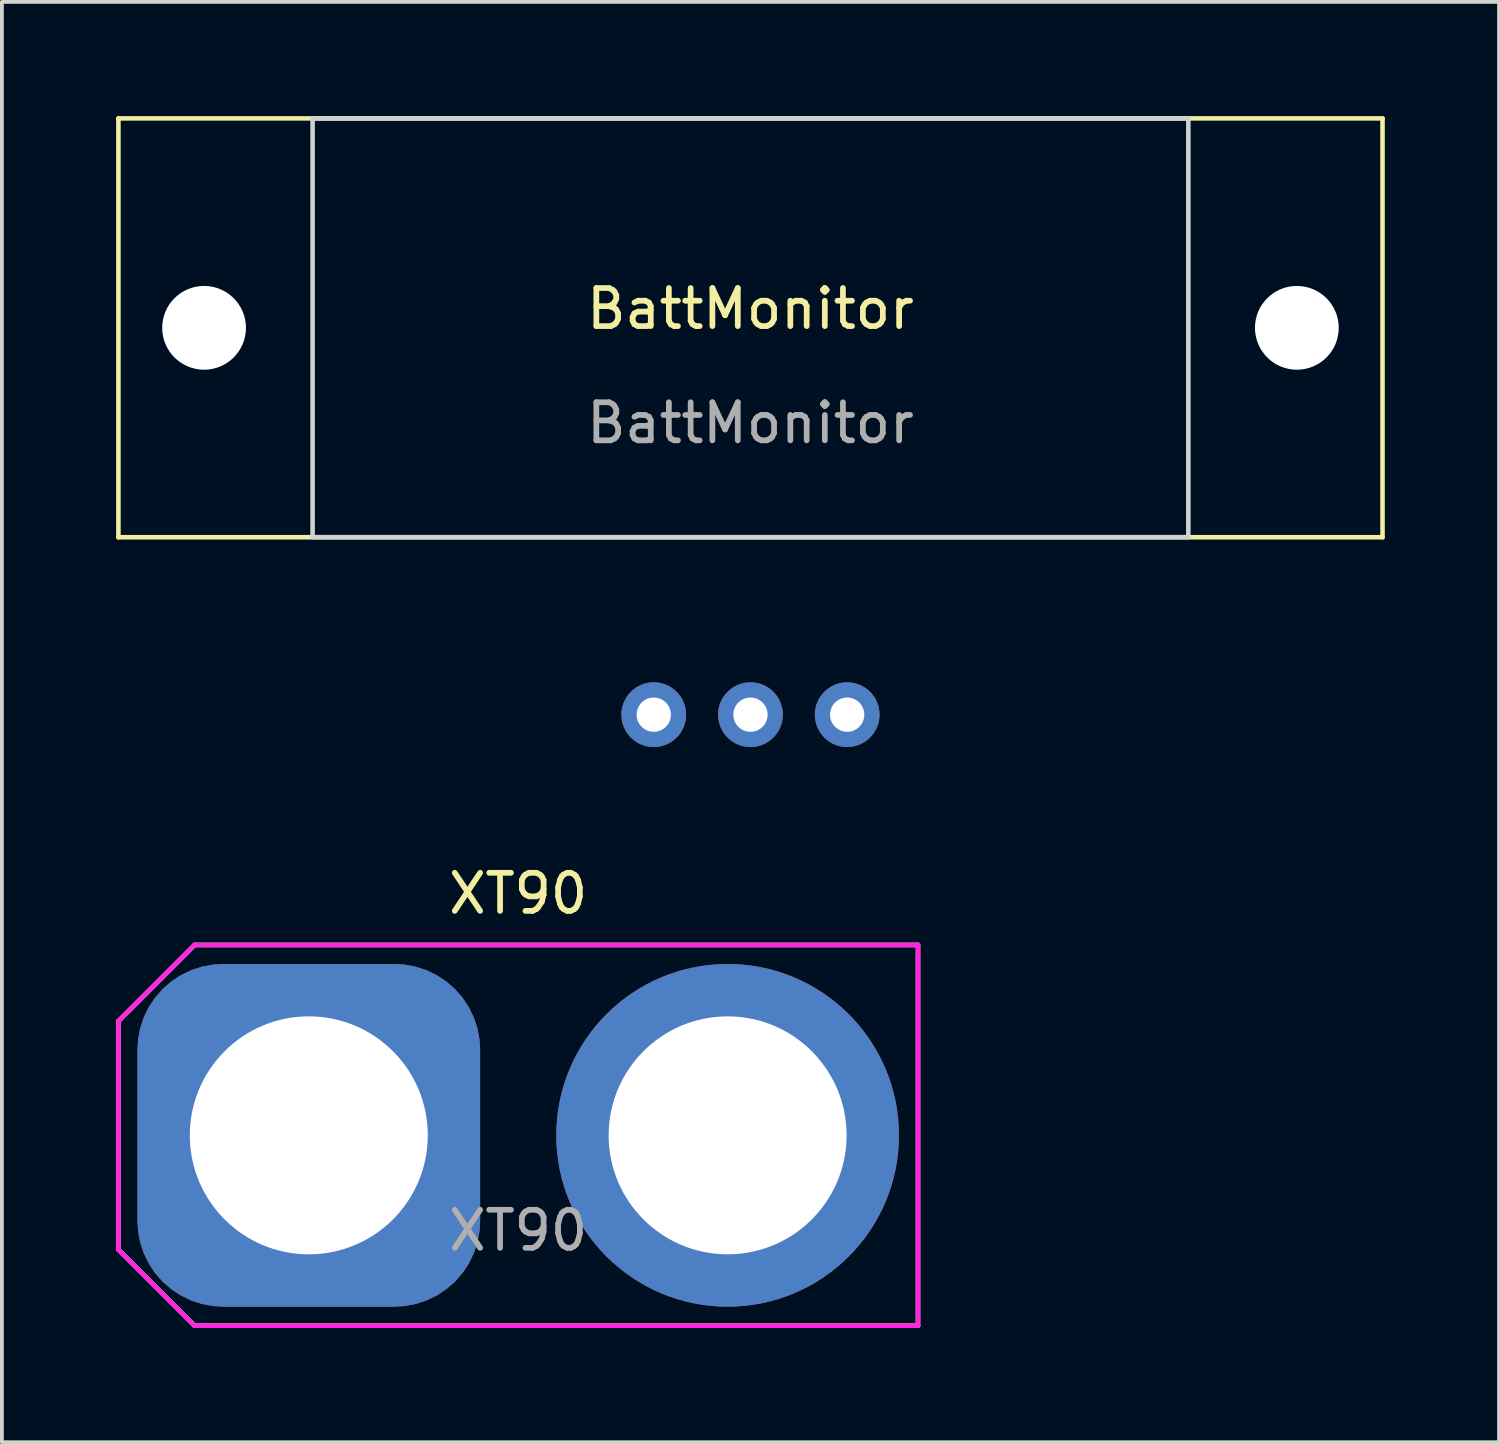
<source format=kicad_pcb>
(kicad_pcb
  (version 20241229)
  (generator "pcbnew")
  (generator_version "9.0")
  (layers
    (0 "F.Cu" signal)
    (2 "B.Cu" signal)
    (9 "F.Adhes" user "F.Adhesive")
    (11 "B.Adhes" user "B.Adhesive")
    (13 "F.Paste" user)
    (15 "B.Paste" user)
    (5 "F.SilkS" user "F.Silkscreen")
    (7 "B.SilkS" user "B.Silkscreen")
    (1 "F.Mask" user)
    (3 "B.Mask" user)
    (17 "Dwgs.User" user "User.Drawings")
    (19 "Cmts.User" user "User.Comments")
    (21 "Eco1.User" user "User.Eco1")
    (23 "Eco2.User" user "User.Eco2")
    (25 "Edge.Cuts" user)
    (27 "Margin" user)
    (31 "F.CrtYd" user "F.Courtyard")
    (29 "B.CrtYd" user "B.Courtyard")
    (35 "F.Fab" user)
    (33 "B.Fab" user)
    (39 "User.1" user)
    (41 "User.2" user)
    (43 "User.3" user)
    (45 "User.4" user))
  (footprint "BattMonitor"
    (layer "F.Cu")
    (at 16.66 5.56)
    (property "Reference" "BattMonitor" (at 0 -0.5 0) (unlocked yes) (layer "F.SilkS") (effects (font (size 1 1) (thickness 0.15))))
    (attr through_hole)
    (fp_line (start -16.6 -5.5) (end -16.6 5.5) (stroke (width 0.12) (type solid)) (layer "F.SilkS"))
    (fp_line (start -16.6 -5.5) (end 16.6 -5.5) (stroke (width 0.12) (type solid)) (layer "F.SilkS"))
    (fp_line (start 16.6 -5.5) (end 16.6 5.5) (stroke (width 0.12) (type solid)) (layer "F.SilkS"))
    (fp_line (start 16.6 5.5) (end -16.6 5.5) (stroke (width 0.12) (type solid)) (layer "F.SilkS"))
    (fp_rect (start -11.5 -5.5) (end 11.5 5.5) (stroke (width 0.12) (type solid)) (fill no) (layer "Edge.Cuts"))
    (fp_text user "${REFERENCE}" (at 0 2.5 0) (unlocked yes) (layer "F.Fab") (effects (font (size 1 1) (thickness 0.15))))
    (pad "" np_thru_hole circle (at -14.35 0) (size 2.2 2.2) (drill 2.2) (layers "*.Cu" "*.Mask"))
    (pad "" np_thru_hole circle (at 14.35 0) (size 2.2 2.2) (drill 2.2) (layers "*.Cu" "*.Mask"))
    (pad "1" thru_hole circle (at -2.54 10.16) (size 1.7 1.7) (drill 0.9) (layers "*.Cu" "*.Mask"))
    (pad "2" thru_hole circle (at 0 10.16) (size 1.7 1.7) (drill 0.9) (layers "*.Cu" "*.Mask"))
    (pad "3" thru_hole circle (at 2.54 10.16) (size 1.7 1.7) (drill 0.9) (layers "*.Cu" "*.Mask")))
  (footprint "XT90"
    (layer "F.Cu")
    (at 10.56 26.768)
    (property "Reference" "XT90" (at 0 -6.35 0) (unlocked yes) (layer "F.SilkS") (effects (font (size 1 1) (thickness 0.15))))
    (attr through_hole)
    (fp_line (start -10.5 -3) (end -8.5 -5) (stroke (width 0.12) (type solid)) (layer "F.SilkS"))
    (fp_line (start -10.5 3) (end -10.5 -3) (stroke (width 0.12) (type solid)) (layer "F.SilkS"))
    (fp_line (start -8.5 -5) (end 10.5 -5) (stroke (width 0.12) (type solid)) (layer "F.SilkS"))
    (fp_line (start -8.5 5) (end -10.5 3) (stroke (width 0.12) (type solid)) (layer "F.SilkS"))
    (fp_line (start 10.5 -5) (end 10.5 5) (stroke (width 0.12) (type solid)) (layer "F.SilkS"))
    (fp_line (start 10.5 5) (end -8.5 5) (stroke (width 0.12) (type solid)) (layer "F.SilkS"))
    (fp_line (start -10.5 -3) (end -8.5 -5) (stroke (width 0.12) (type solid)) (layer "F.CrtYd"))
    (fp_line (start -10.5 3) (end -10.5 -3) (stroke (width 0.12) (type solid)) (layer "F.CrtYd"))
    (fp_line (start -8.5 -5) (end 10.5 -5) (stroke (width 0.12) (type solid)) (layer "F.CrtYd"))
    (fp_line (start -8.5 5) (end -10.5 3) (stroke (width 0.12) (type solid)) (layer "F.CrtYd"))
    (fp_line (start 10.5 -5) (end 10.5 5) (stroke (width 0.12) (type solid)) (layer "F.CrtYd"))
    (fp_line (start 10.5 5) (end -8.5 5) (stroke (width 0.12) (type solid)) (layer "F.CrtYd"))
    (fp_text user "${REFERENCE}" (at 0 2.5 0) (unlocked yes) (layer "F.Fab") (effects (font (size 1 1) (thickness 0.15))))
    (pad "1" thru_hole roundrect (at -5.5 0) (size 9 9) (drill 6.25) (layers "*.Cu" "*.Mask") (roundrect_rratio 0.25))
    (pad "2" thru_hole circle (at 5.5 0) (size 9 9) (drill 6.25) (layers "*.Cu" "*.Mask")))
  (gr_rect
    (start -3 -3)
    (end 36.32 34.828)
    (stroke (width 0.1) (type default))
    (fill no)
    (layer "Edge.Cuts")))
</source>
